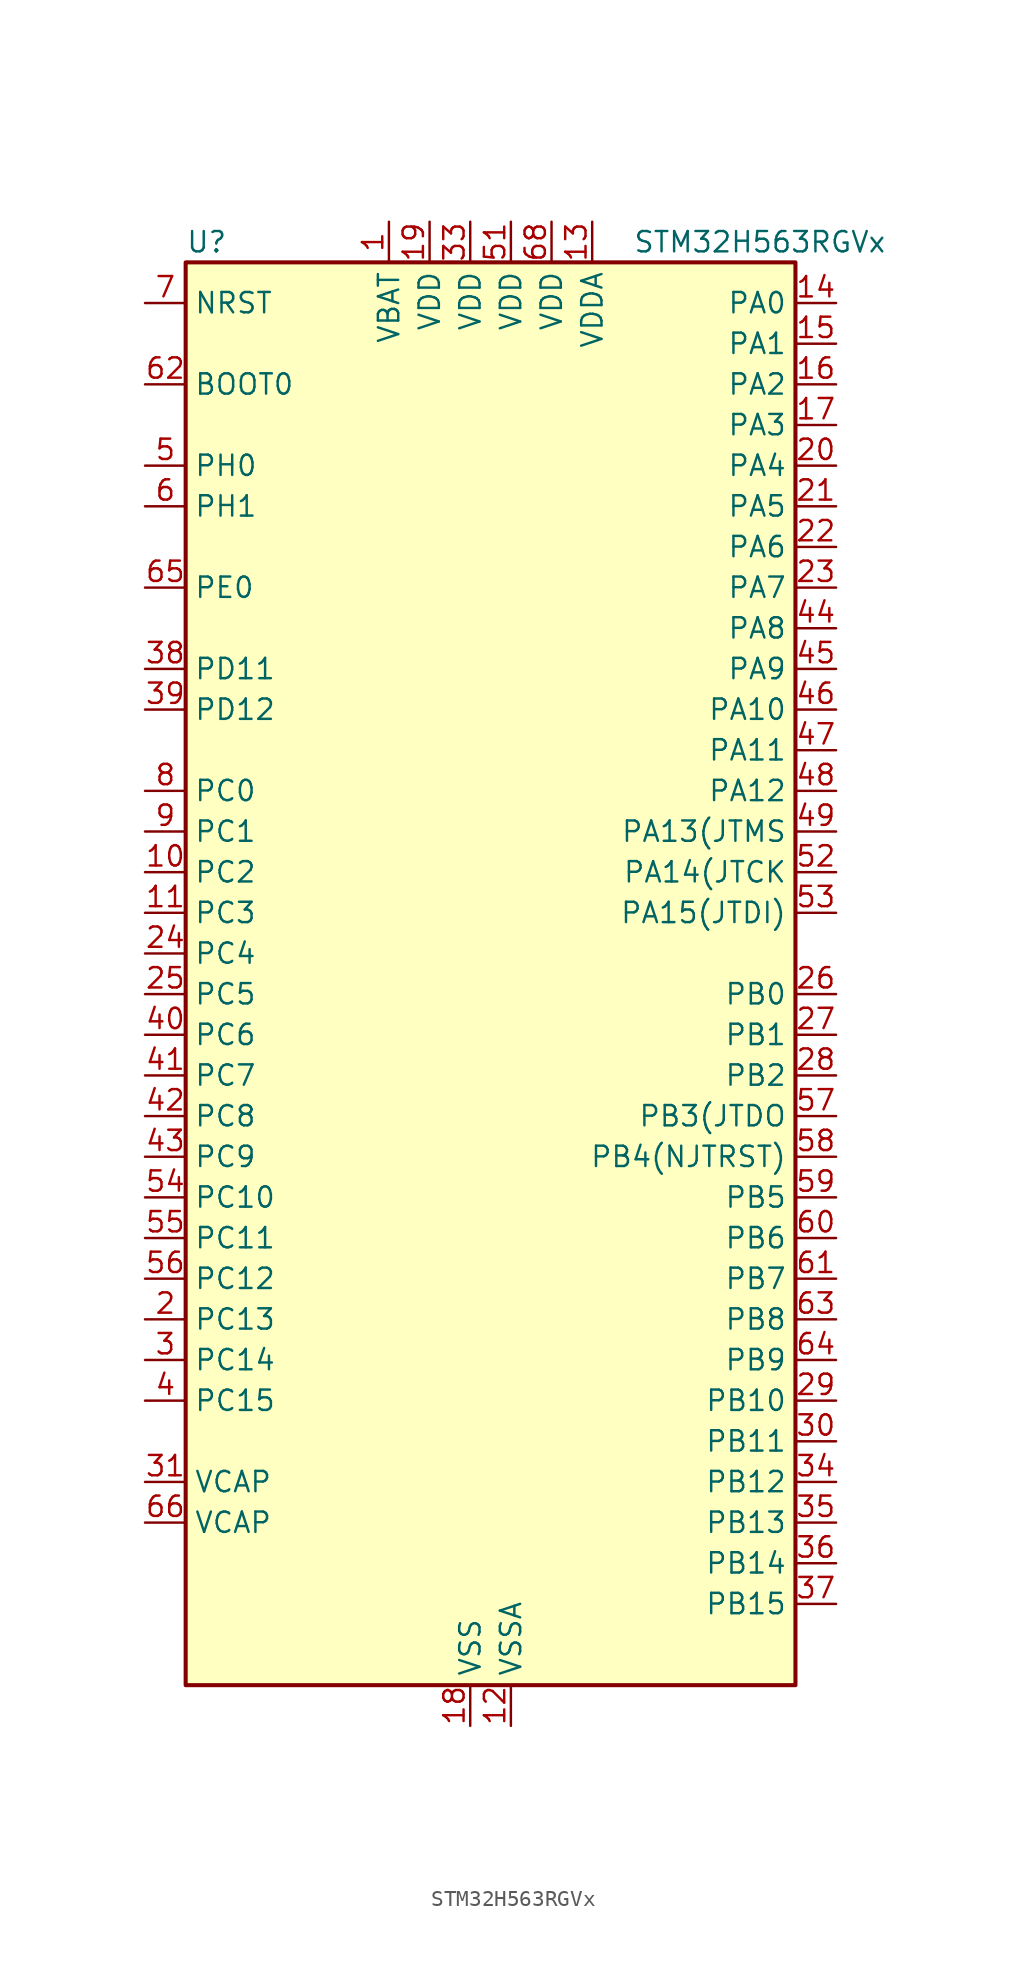
<source format=kicad_sym>
(kicad_symbol_lib
  (version 20231120)
  (generator "kicad-library-utils")
  (generator_version "8.0")
  (symbol "STM32H563RGVx"
    (property "Reference" "U"
      (at -17.78 46.99 0)
      (effects (font (size 1.27 1.27)) (justify left)))
    (property "Value" "STM32H563RGVx"
      (at 10.16 46.99 0)
      (effects (font (size 1.27 1.27)) (justify left)))
    (symbol "STM32H563RGVx_0_1"
      (rectangle (start -17.78 -43.18) (end 20.32 45.72) (stroke (width 0.254) (type default)) (fill (type background))))
    (symbol "STM32H563RGVx_1_1"
      (pin power_in line (at -5.08 48.26 270) (length 2.54) (name "VBAT" (effects (font (size 1.27 1.27)))) (number "1" (effects (font (size 1.27 1.27)))))
      (pin bidirectional line (at -20.32 7.62 0) (length 2.54) (name "PC2" (effects (font (size 1.27 1.27)))) (number "10" (effects (font (size 1.27 1.27)))) (alternate "ADC1_INN11" bidirectional line) (alternate "ADC1_INP12" bidirectional line) (alternate "ADC2_INN11" bidirectional line) (alternate "ADC2_INP12" bidirectional line) (alternate "ETH_TXD2" bidirectional line) (alternate "I2S2_SDI" bidirectional line) (alternate "OCTOSPI1_IO2" bidirectional line) (alternate "OCTOSPI1_IO5" bidirectional line) (alternate "PWR_CSLEEP" bidirectional line) (alternate "SPI2_MISO" bidirectional line) (alternate "TIM17_CH1" bidirectional line) (alternate "TIM4_CH4" bidirectional line))
      (pin bidirectional line (at -20.32 5.08 0) (length 2.54) (name "PC3" (effects (font (size 1.27 1.27)))) (number "11" (effects (font (size 1.27 1.27)))) (alternate "ADC1_INN12" bidirectional line) (alternate "ADC1_INP13" bidirectional line) (alternate "ADC2_INN12" bidirectional line) (alternate "ADC2_INP13" bidirectional line) (alternate "ETH_TX_CLK" bidirectional line) (alternate "I2S2_SDO" bidirectional line) (alternate "LPTIM3_CH1" bidirectional line) (alternate "OCTOSPI1_IO0" bidirectional line) (alternate "OCTOSPI1_IO6" bidirectional line) (alternate "PWR_CSTOP" bidirectional line) (alternate "SAI1_D3" bidirectional line) (alternate "SPI2_MOSI" bidirectional line))
      (pin power_in line (at 2.54 -45.72 90) (length 2.54) (name "VSSA" (effects (font (size 1.27 1.27)))) (number "12" (effects (font (size 1.27 1.27)))))
      (pin power_in line (at 7.62 48.26 270) (length 2.54) (name "VDDA" (effects (font (size 1.27 1.27)))) (number "13" (effects (font (size 1.27 1.27)))))
      (pin bidirectional line (at 22.86 43.18 180) (length 2.54) (name "PA0" (effects (font (size 1.27 1.27)))) (number "14" (effects (font (size 1.27 1.27)))) (alternate "ADC1_INN1" bidirectional line) (alternate "ADC1_INP0" bidirectional line) (alternate "ADC2_INN1" bidirectional line) (alternate "ADC2_INP0" bidirectional line) (alternate "ETH_CRS" bidirectional line) (alternate "PWR_WKUP1" bidirectional line) (alternate "SAI2_SD_B" bidirectional line) (alternate "SPI3_RDY" bidirectional line) (alternate "SPI6_NSS" bidirectional line) (alternate "TAMP_IN2" bidirectional line) (alternate "TAMP_OUT1" bidirectional line) (alternate "TIM15_BKIN" bidirectional line) (alternate "TIM2_CH1" bidirectional line) (alternate "TIM2_ETR" bidirectional line) (alternate "TIM5_CH1" bidirectional line) (alternate "TIM8_ETR" bidirectional line) (alternate "UART4_TX" bidirectional line) (alternate "USART2_CTS" bidirectional line) (alternate "USART2_NSS" bidirectional line))
      (pin bidirectional line (at 22.86 40.64 180) (length 2.54) (name "PA1" (effects (font (size 1.27 1.27)))) (number "15" (effects (font (size 1.27 1.27)))) (alternate "ADC1_INP1" bidirectional line) (alternate "ADC2_INP1" bidirectional line) (alternate "ETH_REF_CLK" bidirectional line) (alternate "ETH_RX_CLK" bidirectional line) (alternate "LPTIM1_IN1" bidirectional line) (alternate "OCTOSPI1_DQS" bidirectional line) (alternate "OCTOSPI1_IO3" bidirectional line) (alternate "SAI2_MCLK_B" bidirectional line) (alternate "TAMP_IN5" bidirectional line) (alternate "TAMP_OUT4" bidirectional line) (alternate "TIM15_CH1N" bidirectional line) (alternate "TIM2_CH2" bidirectional line) (alternate "TIM5_CH2" bidirectional line) (alternate "UART4_RX" bidirectional line) (alternate "USART2_RTS" bidirectional line))
      (pin bidirectional line (at 22.86 38.1 180) (length 2.54) (name "PA2" (effects (font (size 1.27 1.27)))) (number "16" (effects (font (size 1.27 1.27)))) (alternate "ADC1_INP14" bidirectional line) (alternate "ADC2_INP14" bidirectional line) (alternate "ETH_MDIO" bidirectional line) (alternate "LPTIM1_IN2" bidirectional line) (alternate "PWR_WKUP2" bidirectional line) (alternate "SAI2_SCK_B" bidirectional line) (alternate "TAMP_IN4" bidirectional line) (alternate "TAMP_OUT3" bidirectional line) (alternate "TIM15_CH1" bidirectional line) (alternate "TIM2_CH3" bidirectional line) (alternate "TIM5_CH3" bidirectional line) (alternate "USART2_TX" bidirectional line))
      (pin bidirectional line (at 22.86 35.56 180) (length 2.54) (name "PA3" (effects (font (size 1.27 1.27)))) (number "17" (effects (font (size 1.27 1.27)))) (alternate "ADC1_INP15" bidirectional line) (alternate "ADC2_INP15" bidirectional line) (alternate "ETH_COL" bidirectional line) (alternate "I2S2_WS" bidirectional line) (alternate "OCTOSPI1_CLK" bidirectional line) (alternate "SAI1_SD_B" bidirectional line) (alternate "SPI2_NSS" bidirectional line) (alternate "TIM15_CH2" bidirectional line) (alternate "TIM2_CH4" bidirectional line) (alternate "TIM5_CH4" bidirectional line) (alternate "USART2_RX" bidirectional line))
      (pin power_in line (at 0 -45.72 90) (length 2.54) (name "VSS" (effects (font (size 1.27 1.27)))) (number "18" (effects (font (size 1.27 1.27)))))
      (pin power_in line (at -2.54 48.26 270) (length 2.54) (name "VDD" (effects (font (size 1.27 1.27)))) (number "19" (effects (font (size 1.27 1.27)))))
      (pin bidirectional line (at -20.32 -20.32 0) (length 2.54) (name "PC13" (effects (font (size 1.27 1.27)))) (number "2" (effects (font (size 1.27 1.27)))) (alternate "PWR_WKUP4" bidirectional line) (alternate "RTC_OUT1" bidirectional line) (alternate "RTC_TS" bidirectional line) (alternate "TAMP_IN1" bidirectional line) (alternate "TAMP_OUT2" bidirectional line) (alternate "TAMP_OUT3" bidirectional line))
      (pin bidirectional line (at 22.86 33.02 180) (length 2.54) (name "PA4" (effects (font (size 1.27 1.27)))) (number "20" (effects (font (size 1.27 1.27)))) (alternate "ADC1_INP18" bidirectional line) (alternate "ADC2_INP18" bidirectional line) (alternate "DAC1_OUT1" bidirectional line) (alternate "DCMI_HSYNC" bidirectional line) (alternate "I2S1_WS" bidirectional line) (alternate "I2S3_WS" bidirectional line) (alternate "LPTIM2_CH1" bidirectional line) (alternate "PSSI_DE" bidirectional line) (alternate "SPI1_NSS" bidirectional line) (alternate "SPI3_NSS" bidirectional line) (alternate "SPI6_NSS" bidirectional line) (alternate "TIM5_ETR" bidirectional line) (alternate "USART2_CK" bidirectional line))
      (pin bidirectional line (at 22.86 30.48 180) (length 2.54) (name "PA5" (effects (font (size 1.27 1.27)))) (number "21" (effects (font (size 1.27 1.27)))) (alternate "ADC1_INN18" bidirectional line) (alternate "ADC1_INP19" bidirectional line) (alternate "ADC2_INN18" bidirectional line) (alternate "ADC2_INP19" bidirectional line) (alternate "DAC1_OUT2" bidirectional line) (alternate "ETH_TX_EN" bidirectional line) (alternate "I2S1_CK" bidirectional line) (alternate "PSSI_D14" bidirectional line) (alternate "SPI1_SCK" bidirectional line) (alternate "SPI6_SCK" bidirectional line) (alternate "TIM2_CH1" bidirectional line) (alternate "TIM2_ETR" bidirectional line) (alternate "TIM8_CH1N" bidirectional line))
      (pin bidirectional line (at 22.86 27.94 180) (length 2.54) (name "PA6" (effects (font (size 1.27 1.27)))) (number "22" (effects (font (size 1.27 1.27)))) (alternate "ADC1_INP3" bidirectional line) (alternate "ADC2_INP3" bidirectional line) (alternate "DCMI_PIXCLK" bidirectional line) (alternate "I2S1_SDI" bidirectional line) (alternate "OCTOSPI1_IO3" bidirectional line) (alternate "PSSI_PDCK" bidirectional line) (alternate "SPI1_MISO" bidirectional line) (alternate "SPI6_MISO" bidirectional line) (alternate "TIM13_CH1" bidirectional line) (alternate "TIM1_BKIN" bidirectional line) (alternate "TIM3_CH1" bidirectional line) (alternate "TIM8_BKIN" bidirectional line) (alternate "USART11_TX" bidirectional line))
      (pin bidirectional line (at 22.86 25.4 180) (length 2.54) (name "PA7" (effects (font (size 1.27 1.27)))) (number "23" (effects (font (size 1.27 1.27)))) (alternate "ADC1_INN3" bidirectional line) (alternate "ADC1_INP7" bidirectional line) (alternate "ADC2_INN3" bidirectional line) (alternate "ADC2_INP7" bidirectional line) (alternate "ETH_CRS_DV" bidirectional line) (alternate "ETH_RX_DV" bidirectional line) (alternate "I2S1_SDO" bidirectional line) (alternate "OCTOSPI1_IO2" bidirectional line) (alternate "SPI1_MOSI" bidirectional line) (alternate "SPI6_MOSI" bidirectional line) (alternate "TIM14_CH1" bidirectional line) (alternate "TIM1_CH1N" bidirectional line) (alternate "TIM3_CH2" bidirectional line) (alternate "TIM8_CH1N" bidirectional line) (alternate "USART11_RX" bidirectional line))
      (pin bidirectional line (at -20.32 2.54 0) (length 2.54) (name "PC4" (effects (font (size 1.27 1.27)))) (number "24" (effects (font (size 1.27 1.27)))) (alternate "ADC1_INP4" bidirectional line) (alternate "ADC2_INP4" bidirectional line) (alternate "ETH_RXD0" bidirectional line) (alternate "I2S1_MCK" bidirectional line) (alternate "LPTIM2_ETR" bidirectional line) (alternate "SAI1_CK1" bidirectional line) (alternate "TIM2_CH4" bidirectional line) (alternate "USART3_RX" bidirectional line))
      (pin bidirectional line (at -20.32 0 0) (length 2.54) (name "PC5" (effects (font (size 1.27 1.27)))) (number "25" (effects (font (size 1.27 1.27)))) (alternate "ADC1_INN4" bidirectional line) (alternate "ADC1_INP8" bidirectional line) (alternate "ADC2_INN4" bidirectional line) (alternate "ADC2_INP8" bidirectional line) (alternate "ETH_RXD1" bidirectional line) (alternate "OCTOSPI1_DQS" bidirectional line) (alternate "PSSI_D15" bidirectional line) (alternate "SAI1_D3" bidirectional line) (alternate "SAI1_FS_A" bidirectional line) (alternate "TIM1_CH4N" bidirectional line))
      (pin bidirectional line (at 22.86 0 180) (length 2.54) (name "PB0" (effects (font (size 1.27 1.27)))) (number "26" (effects (font (size 1.27 1.27)))) (alternate "ADC1_INN5" bidirectional line) (alternate "ADC1_INP9" bidirectional line) (alternate "ADC2_INN5" bidirectional line) (alternate "ADC2_INP9" bidirectional line) (alternate "ETH_RXD2" bidirectional line) (alternate "LPTIM3_CH1" bidirectional line) (alternate "OCTOSPI1_IO1" bidirectional line) (alternate "TIM1_CH2N" bidirectional line) (alternate "TIM3_CH3" bidirectional line) (alternate "TIM8_CH2N" bidirectional line) (alternate "UART4_CTS" bidirectional line) (alternate "USART11_CK" bidirectional line))
      (pin bidirectional line (at 22.86 -2.54 180) (length 2.54) (name "PB1" (effects (font (size 1.27 1.27)))) (number "27" (effects (font (size 1.27 1.27)))) (alternate "ADC1_INP5" bidirectional line) (alternate "ADC2_INP5" bidirectional line) (alternate "ETH_RXD3" bidirectional line) (alternate "LPTIM3_CH2" bidirectional line) (alternate "OCTOSPI1_IO0" bidirectional line) (alternate "TIM1_CH3N" bidirectional line) (alternate "TIM3_CH4" bidirectional line) (alternate "TIM8_CH3N" bidirectional line))
      (pin bidirectional line (at 22.86 -5.08 180) (length 2.54) (name "PB2" (effects (font (size 1.27 1.27)))) (number "28" (effects (font (size 1.27 1.27)))) (alternate "I2S3_SDO" bidirectional line) (alternate "LPTIM1_CH1" bidirectional line) (alternate "LPTIM5_ETR" bidirectional line) (alternate "OCTOSPI1_CLK" bidirectional line) (alternate "OCTOSPI1_DQS" bidirectional line) (alternate "RCC_LSCO" bidirectional line) (alternate "RTC_OUT2" bidirectional line) (alternate "SAI1_D1" bidirectional line) (alternate "SAI1_SD_A" bidirectional line) (alternate "SDMMC1_CMD" bidirectional line) (alternate "SPI1_RDY" bidirectional line) (alternate "SPI3_MOSI" bidirectional line) (alternate "TIM8_CH4N" bidirectional line))
      (pin bidirectional line (at 22.86 -25.4 180) (length 2.54) (name "PB10" (effects (font (size 1.27 1.27)))) (number "29" (effects (font (size 1.27 1.27)))) (alternate "ETH_RX_ER" bidirectional line) (alternate "I2C2_SCL" bidirectional line) (alternate "I2S2_CK" bidirectional line) (alternate "LPTIM2_IN1" bidirectional line) (alternate "LPTIM3_CH1" bidirectional line) (alternate "OCTOSPI1_NCS" bidirectional line) (alternate "SPI2_SCK" bidirectional line) (alternate "TIM2_CH3" bidirectional line) (alternate "USART3_TX" bidirectional line))
      (pin bidirectional line (at -20.32 -22.86 0) (length 2.54) (name "PC14" (effects (font (size 1.27 1.27)))) (number "3" (effects (font (size 1.27 1.27)))) (alternate "RCC_OSC32_IN" bidirectional line))
      (pin bidirectional line (at 22.86 -27.94 180) (length 2.54) (name "PB11" (effects (font (size 1.27 1.27)))) (number "30" (effects (font (size 1.27 1.27)))) (alternate "ADC1_EXTI11" bidirectional line) (alternate "ADC2_EXTI11" bidirectional line) (alternate "ETH_TX_EN" bidirectional line) (alternate "I2C2_SDA" bidirectional line) (alternate "LPTIM2_ETR" bidirectional line) (alternate "SPI2_RDY" bidirectional line) (alternate "TIM2_CH4" bidirectional line) (alternate "USART3_RX" bidirectional line))
      (pin power_out line (at -20.32 -30.48 0) (length 2.54) (name "VCAP" (effects (font (size 1.27 1.27)))) (number "31" (effects (font (size 1.27 1.27)))))
      (pin passive line (at 0 -45.72 90) (length 2.54) hide (name "VSS" (effects (font (size 1.27 1.27)))) (number "32" (effects (font (size 1.27 1.27)))))
      (pin power_in line (at 0 48.26 270) (length 2.54) (name "VDD" (effects (font (size 1.27 1.27)))) (number "33" (effects (font (size 1.27 1.27)))))
      (pin bidirectional line (at 22.86 -30.48 180) (length 2.54) (name "PB12" (effects (font (size 1.27 1.27)))) (number "34" (effects (font (size 1.27 1.27)))) (alternate "ETH_TXD0" bidirectional line) (alternate "FDCAN2_RX" bidirectional line) (alternate "I2C2_SDA" bidirectional line) (alternate "I2S2_WS" bidirectional line) (alternate "OCTOSPI1_NCLK" bidirectional line) (alternate "SPI2_NSS" bidirectional line) (alternate "TIM1_BKIN" bidirectional line) (alternate "UART5_RX" bidirectional line) (alternate "UCPD1_FRSTX" bidirectional line) (alternate "USART3_CK" bidirectional line))
      (pin bidirectional line (at 22.86 -33.02 180) (length 2.54) (name "PB13" (effects (font (size 1.27 1.27)))) (number "35" (effects (font (size 1.27 1.27)))) (alternate "FDCAN2_TX" bidirectional line) (alternate "I2C2_SMBA" bidirectional line) (alternate "I2S2_CK" bidirectional line) (alternate "LPTIM2_CH1" bidirectional line) (alternate "LPTIM3_IN1" bidirectional line) (alternate "SDMMC1_D0" bidirectional line) (alternate "SPI2_SCK" bidirectional line) (alternate "TIM1_CH1N" bidirectional line) (alternate "UART5_TX" bidirectional line) (alternate "UCPD1_CC1" bidirectional line) (alternate "USART3_CTS" bidirectional line) (alternate "USART3_NSS" bidirectional line))
      (pin bidirectional line (at 22.86 -35.56 180) (length 2.54) (name "PB14" (effects (font (size 1.27 1.27)))) (number "36" (effects (font (size 1.27 1.27)))) (alternate "I2S2_SDI" bidirectional line) (alternate "LPTIM3_ETR" bidirectional line) (alternate "SPI2_MISO" bidirectional line) (alternate "TIM12_CH1" bidirectional line) (alternate "TIM1_CH2N" bidirectional line) (alternate "TIM8_CH2N" bidirectional line) (alternate "UART4_DE" bidirectional line) (alternate "UART4_RTS" bidirectional line) (alternate "UCPD1_CC2" bidirectional line) (alternate "USART1_TX" bidirectional line) (alternate "USART3_RTS" bidirectional line))
      (pin bidirectional line (at 22.86 -38.1 180) (length 2.54) (name "PB15" (effects (font (size 1.27 1.27)))) (number "37" (effects (font (size 1.27 1.27)))) (alternate "ADC1_EXTI15" bidirectional line) (alternate "ADC2_EXTI15" bidirectional line) (alternate "DCMI_D2" bidirectional line) (alternate "ETH_TXD1" bidirectional line) (alternate "I2S2_SDO" bidirectional line) (alternate "OCTOSPI1_CLK" bidirectional line) (alternate "PSSI_D2" bidirectional line) (alternate "PWR_PVD_IN" bidirectional line) (alternate "RTC_REFIN" bidirectional line) (alternate "SPI2_MOSI" bidirectional line) (alternate "TIM12_CH2" bidirectional line) (alternate "TIM1_CH3N" bidirectional line) (alternate "TIM8_CH3N" bidirectional line) (alternate "UART4_CTS" bidirectional line) (alternate "UART5_RX" bidirectional line) (alternate "USART11_CTS" bidirectional line) (alternate "USART11_NSS" bidirectional line) (alternate "USART1_RX" bidirectional line))
      (pin bidirectional line (at -20.32 20.32 0) (length 2.54) (name "PD11" (effects (font (size 1.27 1.27)))) (number "38" (effects (font (size 1.27 1.27)))) (alternate "ADC1_EXTI11" bidirectional line) (alternate "ADC2_EXTI11" bidirectional line) (alternate "I2C4_SMBA" bidirectional line) (alternate "LPTIM2_IN2" bidirectional line) (alternate "OCTOSPI1_IO0" bidirectional line) (alternate "SAI1_CK1" bidirectional line) (alternate "SAI2_SD_A" bidirectional line) (alternate "UART4_RX" bidirectional line) (alternate "USART3_CTS" bidirectional line) (alternate "USART3_NSS" bidirectional line))
      (pin bidirectional line (at -20.32 17.78 0) (length 2.54) (name "PD12" (effects (font (size 1.27 1.27)))) (number "39" (effects (font (size 1.27 1.27)))) (alternate "DCMI_D12" bidirectional line) (alternate "I2C4_SCL" bidirectional line) (alternate "I3C1_SCL" bidirectional line) (alternate "LPTIM1_IN1" bidirectional line) (alternate "LPTIM2_IN1" bidirectional line) (alternate "OCTOSPI1_IO1" bidirectional line) (alternate "PSSI_D12" bidirectional line) (alternate "SAI1_D1" bidirectional line) (alternate "SAI2_FS_A" bidirectional line) (alternate "TIM4_CH1" bidirectional line) (alternate "UART4_TX" bidirectional line) (alternate "USART3_RTS" bidirectional line))
      (pin bidirectional line (at -20.32 -25.4 0) (length 2.54) (name "PC15" (effects (font (size 1.27 1.27)))) (number "4" (effects (font (size 1.27 1.27)))) (alternate "ADC1_EXTI15" bidirectional line) (alternate "ADC2_EXTI15" bidirectional line) (alternate "RCC_OSC32_OUT" bidirectional line))
      (pin bidirectional line (at -20.32 -2.54 0) (length 2.54) (name "PC6" (effects (font (size 1.27 1.27)))) (number "40" (effects (font (size 1.27 1.27)))) (alternate "DCMI_D0" bidirectional line) (alternate "I2S2_MCK" bidirectional line) (alternate "OCTOSPI1_IO5" bidirectional line) (alternate "PSSI_D0" bidirectional line) (alternate "SAI1_SCK_A" bidirectional line) (alternate "SDMMC1_D0DIR" bidirectional line) (alternate "SDMMC1_D6" bidirectional line) (alternate "TIM3_CH1" bidirectional line) (alternate "TIM8_CH1" bidirectional line) (alternate "USART6_TX" bidirectional line))
      (pin bidirectional line (at -20.32 -5.08 0) (length 2.54) (name "PC7" (effects (font (size 1.27 1.27)))) (number "41" (effects (font (size 1.27 1.27)))) (alternate "DCMI_D1" bidirectional line) (alternate "DEBUG_TRGIO" bidirectional line) (alternate "I2S3_MCK" bidirectional line) (alternate "OCTOSPI1_IO6" bidirectional line) (alternate "PSSI_D1" bidirectional line) (alternate "SDMMC1_D123DIR" bidirectional line) (alternate "SDMMC1_D7" bidirectional line) (alternate "TIM3_CH2" bidirectional line) (alternate "TIM8_CH2" bidirectional line) (alternate "USART6_RX" bidirectional line))
      (pin bidirectional line (at -20.32 -7.62 0) (length 2.54) (name "PC8" (effects (font (size 1.27 1.27)))) (number "42" (effects (font (size 1.27 1.27)))) (alternate "DCMI_D2" bidirectional line) (alternate "DEBUG_TRACED1" bidirectional line) (alternate "PSSI_D2" bidirectional line) (alternate "SDMMC1_D0" bidirectional line) (alternate "TIM3_CH3" bidirectional line) (alternate "TIM8_CH3" bidirectional line) (alternate "UART5_DE" bidirectional line) (alternate "UART5_RTS" bidirectional line) (alternate "USART6_CK" bidirectional line))
      (pin bidirectional line (at -20.32 -10.16 0) (length 2.54) (name "PC9" (effects (font (size 1.27 1.27)))) (number "43" (effects (font (size 1.27 1.27)))) (alternate "AUDIOCLK" bidirectional line) (alternate "DAC1_EXTI9" bidirectional line) (alternate "DCMI_D3" bidirectional line) (alternate "I2C3_SDA" bidirectional line) (alternate "OCTOSPI1_IO0" bidirectional line) (alternate "PSSI_D3" bidirectional line) (alternate "RCC_MCO_2" bidirectional line) (alternate "SDMMC1_D1" bidirectional line) (alternate "TIM3_CH4" bidirectional line) (alternate "TIM8_CH4" bidirectional line) (alternate "UART5_CTS" bidirectional line) (alternate "UCPD1_DB2" bidirectional line))
      (pin bidirectional line (at 22.86 22.86 180) (length 2.54) (name "PA8" (effects (font (size 1.27 1.27)))) (number "44" (effects (font (size 1.27 1.27)))) (alternate "DCMI_D3" bidirectional line) (alternate "I2C3_SCL" bidirectional line) (alternate "PSSI_D3" bidirectional line) (alternate "RCC_MCO_1" bidirectional line) (alternate "SPI1_RDY" bidirectional line) (alternate "TIM1_CH1" bidirectional line) (alternate "TIM8_BKIN2" bidirectional line) (alternate "UART7_RX" bidirectional line) (alternate "USART1_CK" bidirectional line) (alternate "USB_SOF" bidirectional line))
      (pin bidirectional line (at 22.86 20.32 180) (length 2.54) (name "PA9" (effects (font (size 1.27 1.27)))) (number "45" (effects (font (size 1.27 1.27)))) (alternate "DAC1_EXTI9" bidirectional line) (alternate "DCMI_D0" bidirectional line) (alternate "ETH_TX_ER" bidirectional line) (alternate "I2C3_SMBA" bidirectional line) (alternate "I2S2_CK" bidirectional line) (alternate "LPUART1_TX" bidirectional line) (alternate "PSSI_D0" bidirectional line) (alternate "SPI2_SCK" bidirectional line) (alternate "TIM1_CH2" bidirectional line) (alternate "UCPD1_DB1" bidirectional line) (alternate "USART1_TX" bidirectional line))
      (pin bidirectional line (at 22.86 17.78 180) (length 2.54) (name "PA10" (effects (font (size 1.27 1.27)))) (number "46" (effects (font (size 1.27 1.27)))) (alternate "DCMI_D1" bidirectional line) (alternate "FDCAN2_TX" bidirectional line) (alternate "LPTIM2_IN2" bidirectional line) (alternate "LPUART1_RX" bidirectional line) (alternate "PSSI_D1" bidirectional line) (alternate "SDMMC1_D0" bidirectional line) (alternate "TIM1_CH3" bidirectional line) (alternate "UCPD1_FRSTX" bidirectional line) (alternate "USART1_RX" bidirectional line))
      (pin bidirectional line (at 22.86 15.24 180) (length 2.54) (name "PA11" (effects (font (size 1.27 1.27)))) (number "47" (effects (font (size 1.27 1.27)))) (alternate "ADC1_EXTI11" bidirectional line) (alternate "ADC2_EXTI11" bidirectional line) (alternate "FDCAN1_RX" bidirectional line) (alternate "I2S2_WS" bidirectional line) (alternate "LPUART1_CTS" bidirectional line) (alternate "SPI2_NSS" bidirectional line) (alternate "TIM1_CH4" bidirectional line) (alternate "UART4_RX" bidirectional line) (alternate "USART1_CTS" bidirectional line) (alternate "USART1_NSS" bidirectional line) (alternate "USB_DM" bidirectional line))
      (pin bidirectional line (at 22.86 12.7 180) (length 2.54) (name "PA12" (effects (font (size 1.27 1.27)))) (number "48" (effects (font (size 1.27 1.27)))) (alternate "FDCAN1_TX" bidirectional line) (alternate "I2S2_CK" bidirectional line) (alternate "LPUART1_RTS" bidirectional line) (alternate "SAI2_FS_B" bidirectional line) (alternate "SPI2_SCK" bidirectional line) (alternate "TIM1_ETR" bidirectional line) (alternate "UART4_TX" bidirectional line) (alternate "USART1_RTS" bidirectional line) (alternate "USB_DP" bidirectional line))
      (pin bidirectional line (at 22.86 10.16 180) (length 2.54) (name "PA13(JTMS" (effects (font (size 1.27 1.27)))) (number "49" (effects (font (size 1.27 1.27)))) (alternate "DEBUG_JTMS-SWDIO" bidirectional line))
      (pin bidirectional line (at -20.32 33.02 0) (length 2.54) (name "PH0" (effects (font (size 1.27 1.27)))) (number "5" (effects (font (size 1.27 1.27)))) (alternate "RCC_OSC_IN" bidirectional line))
      (pin passive line (at 0 -45.72 90) (length 2.54) hide (name "VSS" (effects (font (size 1.27 1.27)))) (number "50" (effects (font (size 1.27 1.27)))))
      (pin power_in line (at 2.54 48.26 270) (length 2.54) (name "VDD" (effects (font (size 1.27 1.27)))) (number "51" (effects (font (size 1.27 1.27)))))
      (pin bidirectional line (at 22.86 7.62 180) (length 2.54) (name "PA14(JTCK" (effects (font (size 1.27 1.27)))) (number "52" (effects (font (size 1.27 1.27)))) (alternate "DEBUG_JTCK-SWCLK" bidirectional line))
      (pin bidirectional line (at 22.86 5.08 180) (length 2.54) (name "PA15(JTDI)" (effects (font (size 1.27 1.27)))) (number "53" (effects (font (size 1.27 1.27)))) (alternate "ADC1_EXTI15" bidirectional line) (alternate "ADC2_EXTI15" bidirectional line) (alternate "CEC" bidirectional line) (alternate "DCMI_D11" bidirectional line) (alternate "DEBUG_JTDI" bidirectional line) (alternate "I2S1_WS" bidirectional line) (alternate "I2S3_WS" bidirectional line) (alternate "LPTIM3_IN2" bidirectional line) (alternate "PSSI_D11" bidirectional line) (alternate "SPI1_NSS" bidirectional line) (alternate "SPI3_NSS" bidirectional line) (alternate "SPI6_NSS" bidirectional line) (alternate "TIM2_CH1" bidirectional line) (alternate "TIM2_ETR" bidirectional line) (alternate "UART4_DE" bidirectional line) (alternate "UART4_RTS" bidirectional line) (alternate "UART7_TX" bidirectional line))
      (pin bidirectional line (at -20.32 -12.7 0) (length 2.54) (name "PC10" (effects (font (size 1.27 1.27)))) (number "54" (effects (font (size 1.27 1.27)))) (alternate "DCMI_D8" bidirectional line) (alternate "ETH_TXD0" bidirectional line) (alternate "I2S3_CK" bidirectional line) (alternate "LPTIM3_ETR" bidirectional line) (alternate "OCTOSPI1_IO1" bidirectional line) (alternate "PSSI_D8" bidirectional line) (alternate "SDMMC1_D2" bidirectional line) (alternate "SPI3_SCK" bidirectional line) (alternate "UART4_TX" bidirectional line) (alternate "USART3_TX" bidirectional line))
      (pin bidirectional line (at -20.32 -15.24 0) (length 2.54) (name "PC11" (effects (font (size 1.27 1.27)))) (number "55" (effects (font (size 1.27 1.27)))) (alternate "ADC1_EXTI11" bidirectional line) (alternate "ADC2_EXTI11" bidirectional line) (alternate "DCMI_D4" bidirectional line) (alternate "I2S3_SDI" bidirectional line) (alternate "LPTIM3_IN1" bidirectional line) (alternate "OCTOSPI1_NCS" bidirectional line) (alternate "PSSI_D4" bidirectional line) (alternate "SDMMC1_D3" bidirectional line) (alternate "SPI3_MISO" bidirectional line) (alternate "UART4_RX" bidirectional line) (alternate "USART3_RX" bidirectional line))
      (pin bidirectional line (at -20.32 -17.78 0) (length 2.54) (name "PC12" (effects (font (size 1.27 1.27)))) (number "56" (effects (font (size 1.27 1.27)))) (alternate "DCMI_D9" bidirectional line) (alternate "DEBUG_TRACED3" bidirectional line) (alternate "I2S3_SDO" bidirectional line) (alternate "PSSI_D9" bidirectional line) (alternate "SDMMC1_CK" bidirectional line) (alternate "SPI3_MOSI" bidirectional line) (alternate "SPI6_SCK" bidirectional line) (alternate "TIM15_CH1" bidirectional line) (alternate "UART5_TX" bidirectional line) (alternate "USART3_CK" bidirectional line))
      (pin bidirectional line (at 22.86 -7.62 180) (length 2.54) (name "PB3(JTDO" (effects (font (size 1.27 1.27)))) (number "57" (effects (font (size 1.27 1.27)))) (alternate "CRS_SYNC" bidirectional line) (alternate "DEBUG_JTDO-SWO" bidirectional line) (alternate "I2C2_SDA" bidirectional line) (alternate "I2S1_CK" bidirectional line) (alternate "I2S3_CK" bidirectional line) (alternate "LPTIM6_ETR" bidirectional line) (alternate "SPI1_SCK" bidirectional line) (alternate "SPI3_SCK" bidirectional line) (alternate "SPI6_SCK" bidirectional line) (alternate "TIM2_CH2" bidirectional line) (alternate "UART7_RX" bidirectional line))
      (pin bidirectional line (at 22.86 -10.16 180) (length 2.54) (name "PB4(NJTRST)" (effects (font (size 1.27 1.27)))) (number "58" (effects (font (size 1.27 1.27)))) (alternate "DCMI_D7" bidirectional line) (alternate "DEBUG_JTRST" bidirectional line) (alternate "I2S1_SDI" bidirectional line) (alternate "I2S2_WS" bidirectional line) (alternate "I2S3_SDI" bidirectional line) (alternate "LPTIM1_CH2" bidirectional line) (alternate "OCTOSPI1_CLK" bidirectional line) (alternate "PSSI_D7" bidirectional line) (alternate "SPI1_MISO" bidirectional line) (alternate "SPI2_NSS" bidirectional line) (alternate "SPI3_MISO" bidirectional line) (alternate "SPI6_MISO" bidirectional line) (alternate "TIM16_BKIN" bidirectional line) (alternate "TIM3_CH1" bidirectional line) (alternate "UART7_TX" bidirectional line))
      (pin bidirectional line (at 22.86 -12.7 180) (length 2.54) (name "PB5" (effects (font (size 1.27 1.27)))) (number "59" (effects (font (size 1.27 1.27)))) (alternate "DCMI_D10" bidirectional line) (alternate "ETH_PPS_OUT" bidirectional line) (alternate "FDCAN2_RX" bidirectional line) (alternate "I2C1_SMBA" bidirectional line) (alternate "I2C4_SMBA" bidirectional line) (alternate "I2S1_SDO" bidirectional line) (alternate "I2S3_SDO" bidirectional line) (alternate "OCTOSPI1_NCLK" bidirectional line) (alternate "PSSI_D10" bidirectional line) (alternate "SPI1_MOSI" bidirectional line) (alternate "SPI3_MOSI" bidirectional line) (alternate "SPI6_MOSI" bidirectional line) (alternate "TIM17_BKIN" bidirectional line) (alternate "TIM3_CH2" bidirectional line) (alternate "UART5_RX" bidirectional line))
      (pin bidirectional line (at -20.32 30.48 0) (length 2.54) (name "PH1" (effects (font (size 1.27 1.27)))) (number "6" (effects (font (size 1.27 1.27)))) (alternate "RCC_OSC_OUT" bidirectional line))
      (pin bidirectional line (at 22.86 -15.24 180) (length 2.54) (name "PB6" (effects (font (size 1.27 1.27)))) (number "60" (effects (font (size 1.27 1.27)))) (alternate "CEC" bidirectional line) (alternate "DCMI_D5" bidirectional line) (alternate "FDCAN2_TX" bidirectional line) (alternate "I2C1_SCL" bidirectional line) (alternate "I2C4_SCL" bidirectional line) (alternate "I3C1_SCL" bidirectional line) (alternate "LPUART1_TX" bidirectional line) (alternate "OCTOSPI1_NCS" bidirectional line) (alternate "PSSI_D5" bidirectional line) (alternate "TIM16_CH1N" bidirectional line) (alternate "TIM4_CH1" bidirectional line) (alternate "UART5_TX" bidirectional line) (alternate "USART1_TX" bidirectional line))
      (pin bidirectional line (at 22.86 -17.78 180) (length 2.54) (name "PB7" (effects (font (size 1.27 1.27)))) (number "61" (effects (font (size 1.27 1.27)))) (alternate "DCMI_VSYNC" bidirectional line) (alternate "FDCAN1_TX" bidirectional line) (alternate "I2C1_SDA" bidirectional line) (alternate "I2C4_SDA" bidirectional line) (alternate "I3C1_SDA" bidirectional line) (alternate "LPUART1_RX" bidirectional line) (alternate "PSSI_RDY" bidirectional line) (alternate "PWR_WKUP5" bidirectional line) (alternate "TIM17_CH1N" bidirectional line) (alternate "TIM4_CH2" bidirectional line) (alternate "USART1_RX" bidirectional line))
      (pin input line (at -20.32 38.1 0) (length 2.54) (name "BOOT0" (effects (font (size 1.27 1.27)))) (number "62" (effects (font (size 1.27 1.27)))))
      (pin bidirectional line (at 22.86 -20.32 180) (length 2.54) (name "PB8" (effects (font (size 1.27 1.27)))) (number "63" (effects (font (size 1.27 1.27)))) (alternate "DCMI_D6" bidirectional line) (alternate "ETH_TXD3" bidirectional line) (alternate "FDCAN1_RX" bidirectional line) (alternate "I2C1_SCL" bidirectional line) (alternate "I2C4_SCL" bidirectional line) (alternate "I3C1_SCL" bidirectional line) (alternate "PSSI_D6" bidirectional line) (alternate "SDMMC1_CKIN" bidirectional line) (alternate "SDMMC1_D4" bidirectional line) (alternate "TIM16_CH1" bidirectional line) (alternate "TIM4_CH3" bidirectional line) (alternate "UART4_RX" bidirectional line))
      (pin bidirectional line (at 22.86 -22.86 180) (length 2.54) (name "PB9" (effects (font (size 1.27 1.27)))) (number "64" (effects (font (size 1.27 1.27)))) (alternate "DAC1_EXTI9" bidirectional line) (alternate "DCMI_D7" bidirectional line) (alternate "FDCAN1_TX" bidirectional line) (alternate "I2C1_SDA" bidirectional line) (alternate "I2C4_SDA" bidirectional line) (alternate "I2S2_WS" bidirectional line) (alternate "I3C1_SDA" bidirectional line) (alternate "PSSI_D7" bidirectional line) (alternate "SDMMC1_CDIR" bidirectional line) (alternate "SDMMC1_D5" bidirectional line) (alternate "SPI2_NSS" bidirectional line) (alternate "TIM17_CH1" bidirectional line) (alternate "TIM4_CH4" bidirectional line) (alternate "UART4_TX" bidirectional line))
      (pin bidirectional line (at -20.32 25.4 0) (length 2.54) (name "PE0" (effects (font (size 1.27 1.27)))) (number "65" (effects (font (size 1.27 1.27)))) (alternate "DCMI_D2" bidirectional line) (alternate "FDCAN1_RX" bidirectional line) (alternate "LPTIM1_ETR" bidirectional line) (alternate "LPTIM2_CH2" bidirectional line) (alternate "LPTIM2_ETR" bidirectional line) (alternate "PSSI_D2" bidirectional line) (alternate "SAI2_MCLK_A" bidirectional line) (alternate "SPI3_RDY" bidirectional line) (alternate "TIM4_ETR" bidirectional line))
      (pin power_out line (at -20.32 -33.02 0) (length 2.54) (name "VCAP" (effects (font (size 1.27 1.27)))) (number "66" (effects (font (size 1.27 1.27)))))
      (pin passive line (at 0 -45.72 90) (length 2.54) hide (name "VSS" (effects (font (size 1.27 1.27)))) (number "67" (effects (font (size 1.27 1.27)))))
      (pin power_in line (at 5.08 48.26 270) (length 2.54) (name "VDD" (effects (font (size 1.27 1.27)))) (number "68" (effects (font (size 1.27 1.27)))))
      (pin passive line (at 0 -45.72 90) (length 2.54) hide (name "VSS" (effects (font (size 1.27 1.27)))) (number "69" (effects (font (size 1.27 1.27)))))
      (pin input line (at -20.32 43.18 0) (length 2.54) (name "NRST" (effects (font (size 1.27 1.27)))) (number "7" (effects (font (size 1.27 1.27)))))
      (pin bidirectional line (at -20.32 12.7 0) (length 2.54) (name "PC0" (effects (font (size 1.27 1.27)))) (number "8" (effects (font (size 1.27 1.27)))) (alternate "ADC1_INP10" bidirectional line) (alternate "ADC2_INP10" bidirectional line) (alternate "OCTOSPI1_IO7" bidirectional line) (alternate "SAI1_MCLK_A" bidirectional line) (alternate "SAI2_FS_B" bidirectional line) (alternate "SPI2_RDY" bidirectional line) (alternate "TIM16_BKIN" bidirectional line))
      (pin bidirectional line (at -20.32 10.16 0) (length 2.54) (name "PC1" (effects (font (size 1.27 1.27)))) (number "9" (effects (font (size 1.27 1.27)))) (alternate "ADC1_INN10" bidirectional line) (alternate "ADC1_INP11" bidirectional line) (alternate "ADC2_INN10" bidirectional line) (alternate "ADC2_INP11" bidirectional line) (alternate "DEBUG_TRACED0" bidirectional line) (alternate "ETH_MDC" bidirectional line) (alternate "I2S2_SDO" bidirectional line) (alternate "OCTOSPI1_IO4" bidirectional line) (alternate "PWR_WKUP6" bidirectional line) (alternate "SAI1_D1" bidirectional line) (alternate "SAI1_SD_A" bidirectional line) (alternate "SAI2_SD_A" bidirectional line) (alternate "SPI2_MOSI" bidirectional line) (alternate "TAMP_IN3" bidirectional line) (alternate "TAMP_OUT5" bidirectional line) (alternate "USART11_RTS" bidirectional line)))))
</source>
